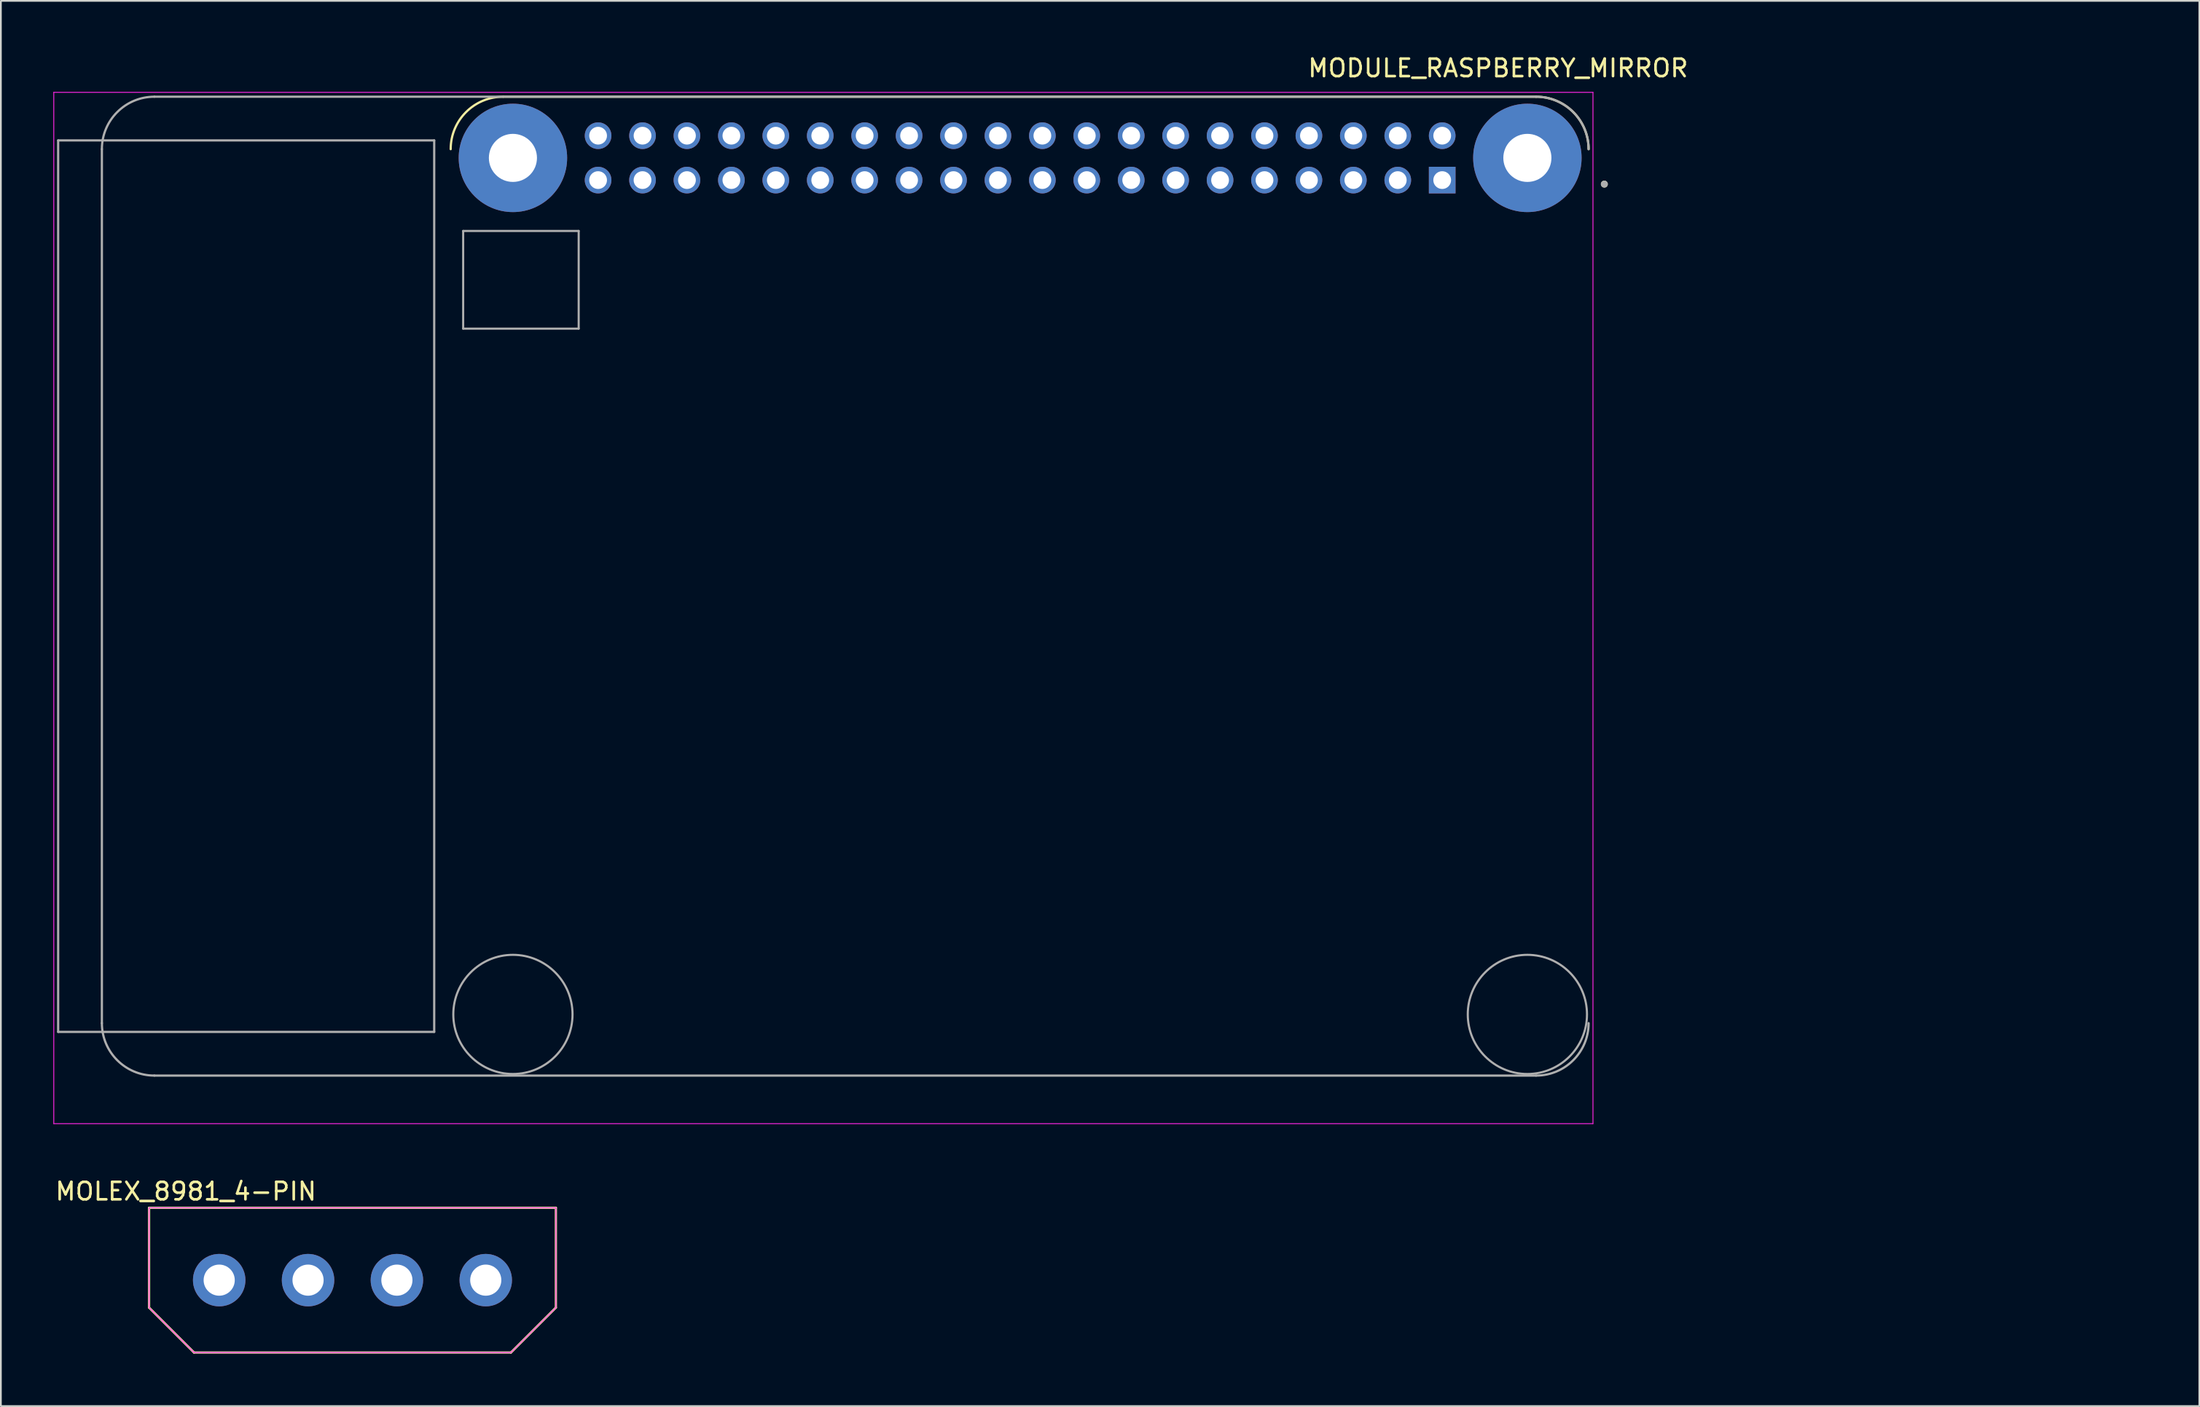
<source format=kicad_pcb>
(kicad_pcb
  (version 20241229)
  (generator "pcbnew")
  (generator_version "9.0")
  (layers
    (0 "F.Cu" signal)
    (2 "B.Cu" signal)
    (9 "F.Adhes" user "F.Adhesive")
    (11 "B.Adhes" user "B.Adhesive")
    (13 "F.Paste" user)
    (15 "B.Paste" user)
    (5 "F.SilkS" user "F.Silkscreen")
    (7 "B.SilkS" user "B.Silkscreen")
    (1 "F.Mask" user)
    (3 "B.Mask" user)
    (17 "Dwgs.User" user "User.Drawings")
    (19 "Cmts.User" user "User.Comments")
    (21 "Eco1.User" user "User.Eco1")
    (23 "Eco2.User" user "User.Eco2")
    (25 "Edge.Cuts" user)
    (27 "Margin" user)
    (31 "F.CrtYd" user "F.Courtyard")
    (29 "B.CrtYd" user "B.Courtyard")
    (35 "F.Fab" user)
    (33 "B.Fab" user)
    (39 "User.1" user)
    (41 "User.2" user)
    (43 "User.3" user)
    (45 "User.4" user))
  (footprint "MOLEX_8981_4-PIN"
    (layer "F.Cu")
    (at 17.102 70.186)
    (property "Reference" "MOLEX_8981_4-PIN" (at -9.525 -5.08 0) (layer "F.SilkS") (effects (font (size 1 1) (thickness 0.15))))
    (attr through_hole)
    (fp_line (start -11.63 -4.14) (end 11.63 -4.14) (stroke (width 0.127) (type solid)) (layer "F.SilkS"))
    (fp_line (start -11.63 1.57) (end -11.63 -4.14) (stroke (width 0.127) (type solid)) (layer "F.SilkS"))
    (fp_line (start -9.06 4.14) (end -11.63 1.57) (stroke (width 0.127) (type solid)) (layer "F.SilkS"))
    (fp_line (start 9.06 4.14) (end -9.06 4.14) (stroke (width 0.127) (type solid)) (layer "F.SilkS"))
    (fp_line (start 11.63 -4.14) (end 11.63 1.57) (stroke (width 0.127) (type solid)) (layer "F.SilkS"))
    (fp_line (start 11.63 1.57) (end 9.06 4.14) (stroke (width 0.127) (type solid)) (layer "F.SilkS"))
    (fp_line (start -11.63 -4.14) (end 11.63 -4.14) (stroke (width 0.05) (type solid)) (layer "F.CrtYd"))
    (fp_line (start -11.63 1.57) (end -11.63 -4.14) (stroke (width 0.05) (type solid)) (layer "F.CrtYd"))
    (fp_line (start -9.06 4.14) (end -11.63 1.57) (stroke (width 0.05) (type solid)) (layer "F.CrtYd"))
    (fp_line (start 9.06 4.14) (end -9.06 4.14) (stroke (width 0.05) (type solid)) (layer "F.CrtYd"))
    (fp_line (start 11.63 -4.14) (end 11.63 1.57) (stroke (width 0.05) (type solid)) (layer "F.CrtYd"))
    (fp_line (start 11.63 1.57) (end 9.06 4.14) (stroke (width 0.05) (type solid)) (layer "F.CrtYd"))
    (pad "1" thru_hole circle (at -7.62 0) (size 3 3) (drill 1.78) (layers "*.Cu" "*.Mask"))
    (pad "2" thru_hole circle (at -2.54 0) (size 3 3) (drill 1.78) (layers "*.Cu" "*.Mask"))
    (pad "3" thru_hole circle (at 2.54 0) (size 3 3) (drill 1.78) (layers "*.Cu" "*.Mask"))
    (pad "4" thru_hole circle (at 7.62 0) (size 3 3) (drill 1.78) (layers "*.Cu" "*.Mask")))
  (footprint "MODULE_RASPBERRY_MIRROR"
    (layer "F.Cu")
    (at 119.443 30.483)
    (property "Reference" "MODULE_RASPBERRY_MIRROR" (at -36.843 -29.635 0) (layer "F.SilkS") (effects (font (size 1 1) (thickness 0.15))))
    (attr through_hole)
    (fp_line (start -93.726 -28) (end -34.668 -28) (stroke (width 0.127) (type solid)) (layer "F.SilkS"))
    (fp_arc (start -96.726 -25) (mid -95.84732 -27.12132) (end -93.726 -28) (stroke (width 0.127) (type solid)) (layer "F.SilkS"))
    (fp_arc (start -34.668 -28) (mid -32.54668 -27.12132) (end -31.668 -25) (stroke (width 0.127) (type solid)) (layer "F.SilkS"))
    (fp_circle (center -30.768 -23) (end -30.868 -23) (stroke (width 0.2) (type solid)) (fill no) (layer "F.SilkS"))
    (fp_line (start -119.418 -28.25) (end -119.418 30.75) (stroke (width 0.05) (type solid)) (layer "F.CrtYd"))
    (fp_line (start -119.418 30.75) (end -31.418 30.75) (stroke (width 0.05) (type solid)) (layer "F.CrtYd"))
    (fp_line (start -31.418 -28.25) (end -119.418 -28.25) (stroke (width 0.05) (type solid)) (layer "F.CrtYd"))
    (fp_line (start -31.418 30.75) (end -31.418 -28.25) (stroke (width 0.05) (type solid)) (layer "F.CrtYd"))
    (fp_line (start -119.168 -25.5) (end -97.668 -25.5) (stroke (width 0.127) (type solid)) (layer "F.Fab"))
    (fp_line (start -119.168 25.5) (end -119.168 -25.5) (stroke (width 0.127) (type solid)) (layer "F.Fab"))
    (fp_line (start -116.668 25) (end -116.668 -25) (stroke (width 0.127) (type solid)) (layer "F.Fab"))
    (fp_line (start -113.668 -28) (end -34.668 -28) (stroke (width 0.127) (type solid)) (layer "F.Fab"))
    (fp_line (start -97.668 -25.5) (end -97.668 25.5) (stroke (width 0.127) (type solid)) (layer "F.Fab"))
    (fp_line (start -97.668 25.5) (end -119.168 25.5) (stroke (width 0.127) (type solid)) (layer "F.Fab"))
    (fp_line (start -96.012 -20.32) (end -89.408 -20.32) (stroke (width 0.12) (type solid)) (layer "F.Fab"))
    (fp_line (start -96.012 -14.732) (end -96.012 -20.32) (stroke (width 0.12) (type solid)) (layer "F.Fab"))
    (fp_line (start -89.408 -20.32) (end -89.408 -14.732) (stroke (width 0.12) (type solid)) (layer "F.Fab"))
    (fp_line (start -89.408 -14.732) (end -96.012 -14.732) (stroke (width 0.12) (type solid)) (layer "F.Fab"))
    (fp_line (start -34.668 28) (end -113.668 28) (stroke (width 0.127) (type solid)) (layer "F.Fab"))
    (fp_arc (start -116.668 -25) (mid -115.78932 -27.12132) (end -113.668 -28) (stroke (width 0.127) (type solid)) (layer "F.Fab"))
    (fp_arc (start -113.668 28) (mid -115.78932 27.12132) (end -116.668 25) (stroke (width 0.127) (type solid)) (layer "F.Fab"))
    (fp_arc (start -34.668 -28) (mid -32.54668 -27.12132) (end -31.668 -25) (stroke (width 0.127) (type solid)) (layer "F.Fab"))
    (fp_arc (start -31.668 25) (mid -32.54668 27.12132) (end -34.668 28) (stroke (width 0.127) (type solid)) (layer "F.Fab"))
    (fp_circle (center -93.168 24.5) (end -89.76 24.5) (stroke (width 0.12) (type solid)) (fill no) (layer "F.Fab"))
    (fp_circle (center -35.168 24.5) (end -31.76 24.5) (stroke (width 0.12) (type solid)) (fill no) (layer "F.Fab"))
    (fp_circle (center -30.768 -23) (end -30.868 -23) (stroke (width 0.2) (type solid)) (fill no) (layer "F.Fab"))
    (pad "1" thru_hole rect (at -40.038 -23.23) (size 1.524 1.524) (drill 1.016) (layers "*.Cu" "*.Mask"))
    (pad "2" thru_hole circle (at -40.038 -25.77) (size 1.524 1.524) (drill 1.016) (layers "*.Cu" "*.Mask"))
    (pad "3" thru_hole circle (at -42.578 -23.23) (size 1.524 1.524) (drill 1.016) (layers "*.Cu" "*.Mask"))
    (pad "4" thru_hole circle (at -42.578 -25.77) (size 1.524 1.524) (drill 1.016) (layers "*.Cu" "*.Mask"))
    (pad "5" thru_hole circle (at -45.118 -23.23) (size 1.524 1.524) (drill 1.016) (layers "*.Cu" "*.Mask"))
    (pad "6" thru_hole circle (at -45.118 -25.77) (size 1.524 1.524) (drill 1.016) (layers "*.Cu" "*.Mask"))
    (pad "7" thru_hole circle (at -47.658 -23.23) (size 1.524 1.524) (drill 1.016) (layers "*.Cu" "*.Mask"))
    (pad "8" thru_hole circle (at -47.658 -25.77) (size 1.524 1.524) (drill 1.016) (layers "*.Cu" "*.Mask"))
    (pad "9" thru_hole circle (at -50.198 -23.23) (size 1.524 1.524) (drill 1.016) (layers "*.Cu" "*.Mask"))
    (pad "10" thru_hole circle (at -50.198 -25.77) (size 1.524 1.524) (drill 1.016) (layers "*.Cu" "*.Mask"))
    (pad "11" thru_hole circle (at -52.738 -23.23) (size 1.524 1.524) (drill 1.016) (layers "*.Cu" "*.Mask"))
    (pad "12" thru_hole circle (at -52.738 -25.77) (size 1.524 1.524) (drill 1.016) (layers "*.Cu" "*.Mask"))
    (pad "13" thru_hole circle (at -55.278 -23.23) (size 1.524 1.524) (drill 1.016) (layers "*.Cu" "*.Mask"))
    (pad "14" thru_hole circle (at -55.278 -25.77) (size 1.524 1.524) (drill 1.016) (layers "*.Cu" "*.Mask"))
    (pad "15" thru_hole circle (at -57.818 -23.23) (size 1.524 1.524) (drill 1.016) (layers "*.Cu" "*.Mask"))
    (pad "16" thru_hole circle (at -57.818 -25.77) (size 1.524 1.524) (drill 1.016) (layers "*.Cu" "*.Mask"))
    (pad "17" thru_hole circle (at -60.358 -23.23) (size 1.524 1.524) (drill 1.016) (layers "*.Cu" "*.Mask"))
    (pad "18" thru_hole circle (at -60.358 -25.77) (size 1.524 1.524) (drill 1.016) (layers "*.Cu" "*.Mask"))
    (pad "19" thru_hole circle (at -62.898 -23.23) (size 1.524 1.524) (drill 1.016) (layers "*.Cu" "*.Mask"))
    (pad "20" thru_hole circle (at -62.898 -25.77) (size 1.524 1.524) (drill 1.016) (layers "*.Cu" "*.Mask"))
    (pad "21" thru_hole circle (at -65.438 -23.23) (size 1.524 1.524) (drill 1.016) (layers "*.Cu" "*.Mask"))
    (pad "22" thru_hole circle (at -65.438 -25.77) (size 1.524 1.524) (drill 1.016) (layers "*.Cu" "*.Mask"))
    (pad "23" thru_hole circle (at -67.978 -23.23) (size 1.524 1.524) (drill 1.016) (layers "*.Cu" "*.Mask"))
    (pad "24" thru_hole circle (at -67.978 -25.77) (size 1.524 1.524) (drill 1.016) (layers "*.Cu" "*.Mask"))
    (pad "25" thru_hole circle (at -70.518 -23.23) (size 1.524 1.524) (drill 1.016) (layers "*.Cu" "*.Mask"))
    (pad "26" thru_hole circle (at -70.518 -25.77) (size 1.524 1.524) (drill 1.016) (layers "*.Cu" "*.Mask"))
    (pad "27" thru_hole circle (at -73.058 -23.23) (size 1.524 1.524) (drill 1.016) (layers "*.Cu" "*.Mask"))
    (pad "28" thru_hole circle (at -73.058 -25.77) (size 1.524 1.524) (drill 1.016) (layers "*.Cu" "*.Mask"))
    (pad "29" thru_hole circle (at -75.598 -23.23) (size 1.524 1.524) (drill 1.016) (layers "*.Cu" "*.Mask"))
    (pad "30" thru_hole circle (at -75.598 -25.77) (size 1.524 1.524) (drill 1.016) (layers "*.Cu" "*.Mask"))
    (pad "31" thru_hole circle (at -78.138 -23.23) (size 1.524 1.524) (drill 1.016) (layers "*.Cu" "*.Mask"))
    (pad "32" thru_hole circle (at -78.138 -25.77) (size 1.524 1.524) (drill 1.016) (layers "*.Cu" "*.Mask"))
    (pad "33" thru_hole circle (at -80.678 -23.23) (size 1.524 1.524) (drill 1.016) (layers "*.Cu" "*.Mask"))
    (pad "34" thru_hole circle (at -80.678 -25.77) (size 1.524 1.524) (drill 1.016) (layers "*.Cu" "*.Mask"))
    (pad "35" thru_hole circle (at -83.218 -23.23) (size 1.524 1.524) (drill 1.016) (layers "*.Cu" "*.Mask"))
    (pad "36" thru_hole circle (at -83.218 -25.77) (size 1.524 1.524) (drill 1.016) (layers "*.Cu" "*.Mask"))
    (pad "37" thru_hole circle (at -85.758 -23.23) (size 1.524 1.524) (drill 1.016) (layers "*.Cu" "*.Mask"))
    (pad "38" thru_hole circle (at -85.758 -25.77) (size 1.524 1.524) (drill 1.016) (layers "*.Cu" "*.Mask"))
    (pad "39" thru_hole circle (at -88.298 -23.23) (size 1.524 1.524) (drill 1.016) (layers "*.Cu" "*.Mask"))
    (pad "40" thru_hole circle (at -88.298 -25.77) (size 1.524 1.524) (drill 1.016) (layers "*.Cu" "*.Mask"))
    (pad "S1" thru_hole circle (at -35.168 -24.5) (size 6.2 6.2) (drill 2.75) (layers "*.Cu" "*.Mask"))
    (pad "S2" thru_hole circle (at -93.168 -24.5) (size 6.2 6.2) (drill 2.75) (layers "*.Cu" "*.Mask")))
  (gr_rect
    (start -3 -3)
    (end 122.693 77.39)
    (stroke (width 0.1) (type default))
    (fill no)
    (layer "Edge.Cuts")))
</source>
